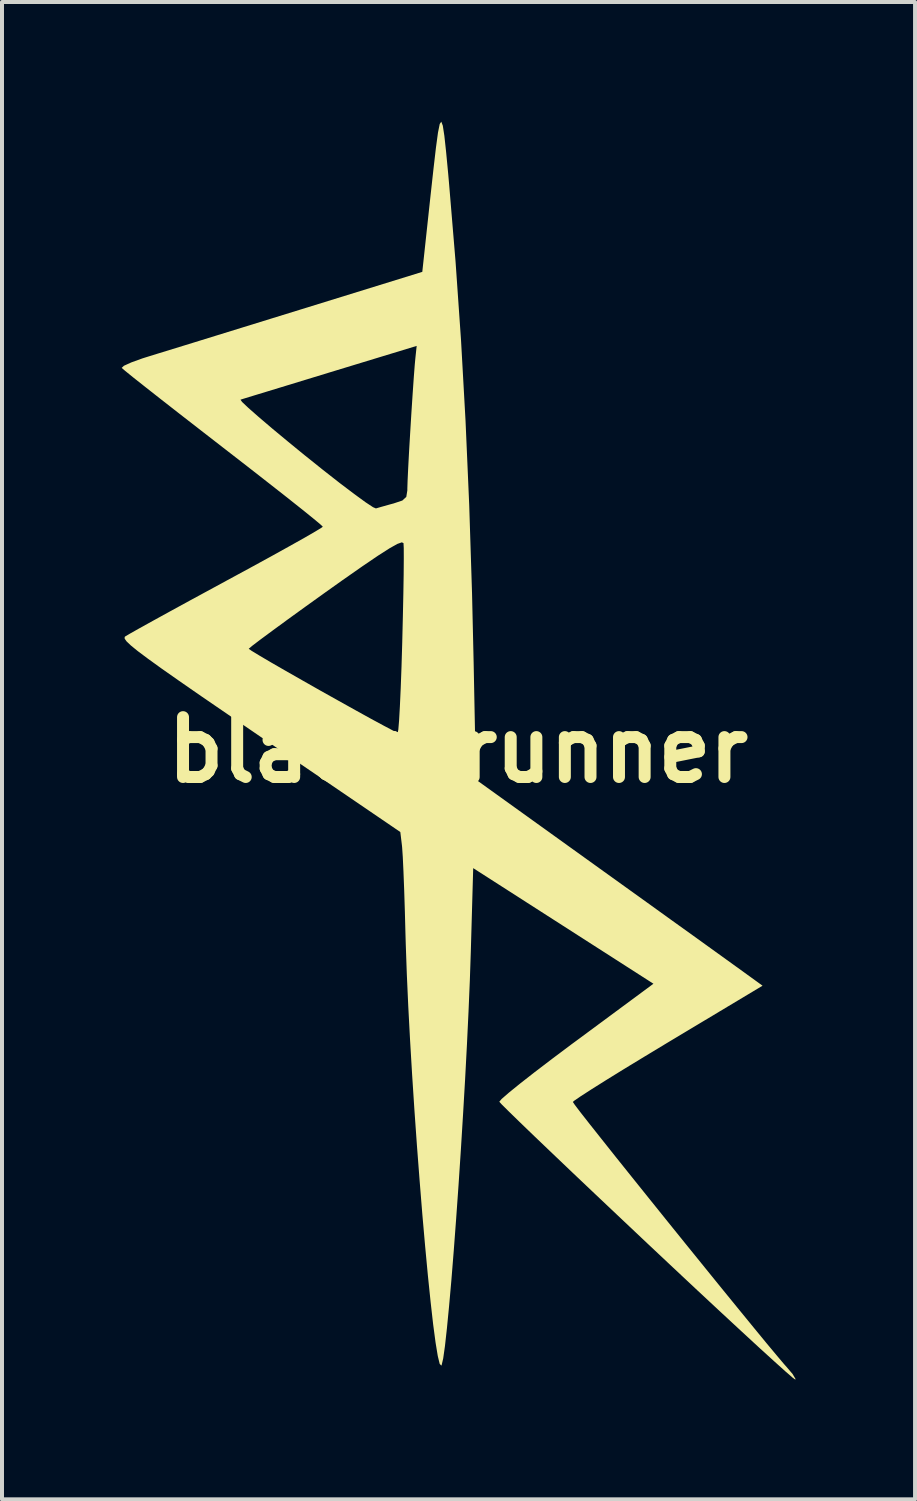
<source format=kicad_pcb>
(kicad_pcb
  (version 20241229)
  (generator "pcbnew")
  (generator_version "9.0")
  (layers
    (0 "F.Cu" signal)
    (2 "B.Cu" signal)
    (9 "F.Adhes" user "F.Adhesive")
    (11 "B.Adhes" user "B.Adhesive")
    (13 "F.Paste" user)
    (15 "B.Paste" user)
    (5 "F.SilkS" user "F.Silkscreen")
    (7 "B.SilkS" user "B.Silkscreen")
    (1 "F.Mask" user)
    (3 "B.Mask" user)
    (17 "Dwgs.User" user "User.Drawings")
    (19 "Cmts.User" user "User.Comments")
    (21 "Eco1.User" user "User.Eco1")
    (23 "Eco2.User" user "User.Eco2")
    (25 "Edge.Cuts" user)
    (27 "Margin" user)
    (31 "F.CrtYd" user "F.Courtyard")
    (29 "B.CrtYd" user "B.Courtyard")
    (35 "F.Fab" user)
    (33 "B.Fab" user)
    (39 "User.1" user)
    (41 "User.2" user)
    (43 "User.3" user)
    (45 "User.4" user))
  (footprint "blade runner"
    (layer "F.Cu")
    (at 8.431 15.749)
    (property "Reference" "blade runner" (at 0 0 0) (layer "F.SilkS") (effects (font (size 1.5 1.5) (thickness 0.3))))
    (attr board_only exclude_from_pos_files exclude_from_bom)
    (fp_poly (pts (xy -0.381 -15.649) (xy -0.342 -15.395) (xy -0.298 -14.989) (xy -0.245 -14.433) (xy -0.223 -14.182) (xy -0.061 -12.237) (xy 0.076 -10.269) (xy 0.189 -8.248) (xy 0.281 -6.142) (xy 0.352 -3.921) (xy 0.392 -2.189) (xy 0.45 0.744) (xy 3.463 2.909) (xy 4.119 3.38) (xy 4.753 3.835) (xy 5.346 4.262) (xy 5.883 4.647) (xy 6.344 4.979) (xy 6.712 5.244) (xy 6.97 5.43) (xy 7.055 5.491) (xy 7.634 5.91) (xy 5.256 7.336) (xy 4.685 7.681) (xy 4.162 7.999) (xy 3.706 8.281) (xy 3.334 8.515) (xy 3.062 8.691) (xy 2.908 8.797) (xy 2.879 8.825) (xy 2.93 8.9) (xy 3.076 9.092) (xy 3.305 9.384) (xy 3.604 9.761) (xy 3.96 10.209) (xy 4.362 10.711) (xy 4.797 11.253) (xy 5.253 11.82) (xy 5.717 12.395) (xy 6.178 12.964) (xy 6.622 13.512) (xy 7.038 14.022) (xy 7.413 14.481) (xy 7.735 14.873) (xy 7.992 15.181) (xy 8.17 15.392) (xy 8.241 15.472) (xy 8.387 15.644) (xy 8.458 15.763) (xy 8.457 15.786) (xy 8.39 15.737) (xy 8.21 15.581) (xy 7.93 15.329) (xy 7.558 14.991) (xy 7.107 14.575) (xy 6.587 14.093) (xy 6.009 13.555) (xy 5.384 12.969) (xy 4.739 12.363) (xy 4.077 11.738) (xy 3.452 11.147) (xy 2.875 10.6) (xy 2.358 10.107) (xy 1.91 9.679) (xy 1.543 9.325) (xy 1.268 9.057) (xy 1.095 8.885) (xy 1.035 8.819) (xy 1.093 8.75) (xy 1.272 8.594) (xy 1.553 8.366) (xy 1.921 8.078) (xy 2.359 7.744) (xy 2.848 7.377) (xy 2.953 7.3) (xy 4.899 5.861) (xy 2.64 4.412) (xy 0.381 2.963) (xy 0.321 5.058) (xy 0.297 5.772) (xy 0.264 6.554) (xy 0.224 7.388) (xy 0.178 8.258) (xy 0.126 9.147) (xy 0.071 10.038) (xy 0.013 10.915) (xy -0.047 11.761) (xy -0.107 12.559) (xy -0.166 13.293) (xy -0.224 13.946) (xy -0.278 14.501) (xy -0.327 14.943) (xy -0.371 15.253) (xy -0.409 15.416) (xy -0.418 15.434) (xy -0.459 15.39) (xy -0.507 15.193) (xy -0.562 14.858) (xy -0.623 14.399) (xy -0.687 13.833) (xy -0.755 13.174) (xy -0.824 12.439) (xy -0.894 11.641) (xy -0.962 10.798) (xy -1.029 9.923) (xy -1.092 9.033) (xy -1.15 8.142) (xy -1.202 7.267) (xy -1.247 6.422) (xy -1.283 5.622) (xy -1.309 4.884) (xy -1.317 4.614) (xy -1.332 4.047) (xy -1.349 3.516) (xy -1.367 3.053) (xy -1.384 2.687) (xy -1.4 2.45) (xy -1.404 2.405) (xy -1.446 2.058) (xy -4.966 -0.341) (xy -5.767 -0.889) (xy -6.439 -1.349) (xy -6.99 -1.731) (xy -7.432 -2.041) (xy -7.774 -2.288) (xy -8.028 -2.478) (xy -8.098 -2.535) (xy -5.245 -2.535) (xy -5.176 -2.486) (xy -4.982 -2.368) (xy -4.689 -2.195) (xy -4.319 -1.982) (xy -3.898 -1.742) (xy -3.449 -1.487) (xy -2.995 -1.233) (xy -2.563 -0.992) (xy -2.174 -0.777) (xy -1.854 -0.604) (xy -1.627 -0.484) (xy -1.517 -0.432) (xy -1.512 -0.431) (xy -1.496 -0.51) (xy -1.477 -0.737) (xy -1.457 -1.089) (xy -1.436 -1.547) (xy -1.416 -2.087) (xy -1.398 -2.688) (xy -1.397 -2.733) (xy -1.382 -3.347) (xy -1.37 -3.91) (xy -1.362 -4.399) (xy -1.359 -4.79) (xy -1.36 -5.059) (xy -1.366 -5.183) (xy -1.366 -5.184) (xy -1.408 -5.204) (xy -1.521 -5.164) (xy -1.715 -5.055) (xy -2.003 -4.871) (xy -2.395 -4.605) (xy -2.904 -4.249) (xy -3.319 -3.954) (xy -3.818 -3.596) (xy -4.27 -3.269) (xy -4.655 -2.987) (xy -4.958 -2.763) (xy -5.16 -2.609) (xy -5.244 -2.538) (xy -5.245 -2.535) (xy -8.098 -2.535) (xy -8.202 -2.62) (xy -8.308 -2.721) (xy -8.356 -2.789) (xy -8.356 -2.831) (xy -8.345 -2.843) (xy -8.238 -2.907) (xy -8.001 -3.041) (xy -7.653 -3.234) (xy -7.213 -3.476) (xy -6.699 -3.757) (xy -6.131 -4.065) (xy -5.798 -4.246) (xy -5.215 -4.562) (xy -4.683 -4.853) (xy -4.22 -5.11) (xy -3.842 -5.322) (xy -3.568 -5.481) (xy -3.415 -5.575) (xy -3.389 -5.596) (xy -3.453 -5.657) (xy -3.637 -5.81) (xy -3.926 -6.043) (xy -4.304 -6.343) (xy -4.759 -6.7) (xy -5.274 -7.102) (xy -5.835 -7.537) (xy -5.888 -7.578) (xy -6.454 -8.017) (xy -6.978 -8.424) (xy -7.434 -8.78) (xy -5.453 -8.78) (xy -5.412 -8.722) (xy -5.254 -8.573) (xy -4.997 -8.347) (xy -4.657 -8.057) (xy -4.251 -7.72) (xy -3.845 -7.388) (xy -3.384 -7.019) (xy -2.964 -6.69) (xy -2.602 -6.416) (xy -2.318 -6.209) (xy -2.13 -6.085) (xy -2.058 -6.054) (xy -1.917 -6.095) (xy -1.689 -6.159) (xy -1.614 -6.179) (xy -1.395 -6.252) (xy -1.296 -6.344) (xy -1.27 -6.506) (xy -1.27 -6.552) (xy -1.264 -6.74) (xy -1.249 -7.06) (xy -1.227 -7.475) (xy -1.199 -7.946) (xy -1.169 -8.437) (xy -1.138 -8.911) (xy -1.109 -9.33) (xy -1.084 -9.657) (xy -1.068 -9.827) (xy -1.036 -10.128) (xy -3.206 -9.467) (xy -3.785 -9.29) (xy -4.312 -9.129) (xy -4.764 -8.991) (xy -5.119 -8.883) (xy -5.357 -8.81) (xy -5.453 -8.78) (xy -7.434 -8.78) (xy -7.444 -8.788) (xy -7.837 -9.097) (xy -8.143 -9.339) (xy -8.345 -9.503) (xy -8.429 -9.576) (xy -8.431 -9.577) (xy -8.375 -9.63) (xy -8.19 -9.714) (xy -7.911 -9.815) (xy -7.771 -9.859) (xy -7.529 -9.934) (xy -7.148 -10.051) (xy -6.651 -10.204) (xy -6.063 -10.386) (xy -5.406 -10.589) (xy -4.704 -10.806) (xy -3.982 -11.029) (xy -0.895 -11.984) (xy -0.694 -13.845) (xy -0.616 -14.553) (xy -0.553 -15.096) (xy -0.502 -15.474) (xy -0.458 -15.691) (xy -0.419 -15.749)) (stroke (width 0) (type solid)) (fill yes) (layer "F.SilkS")))
  (gr_rect
    (start -3 -3)
    (end 19.888 34.535)
    (stroke (width 0.1) (type default))
    (fill no)
    (layer "Edge.Cuts")))
</source>
